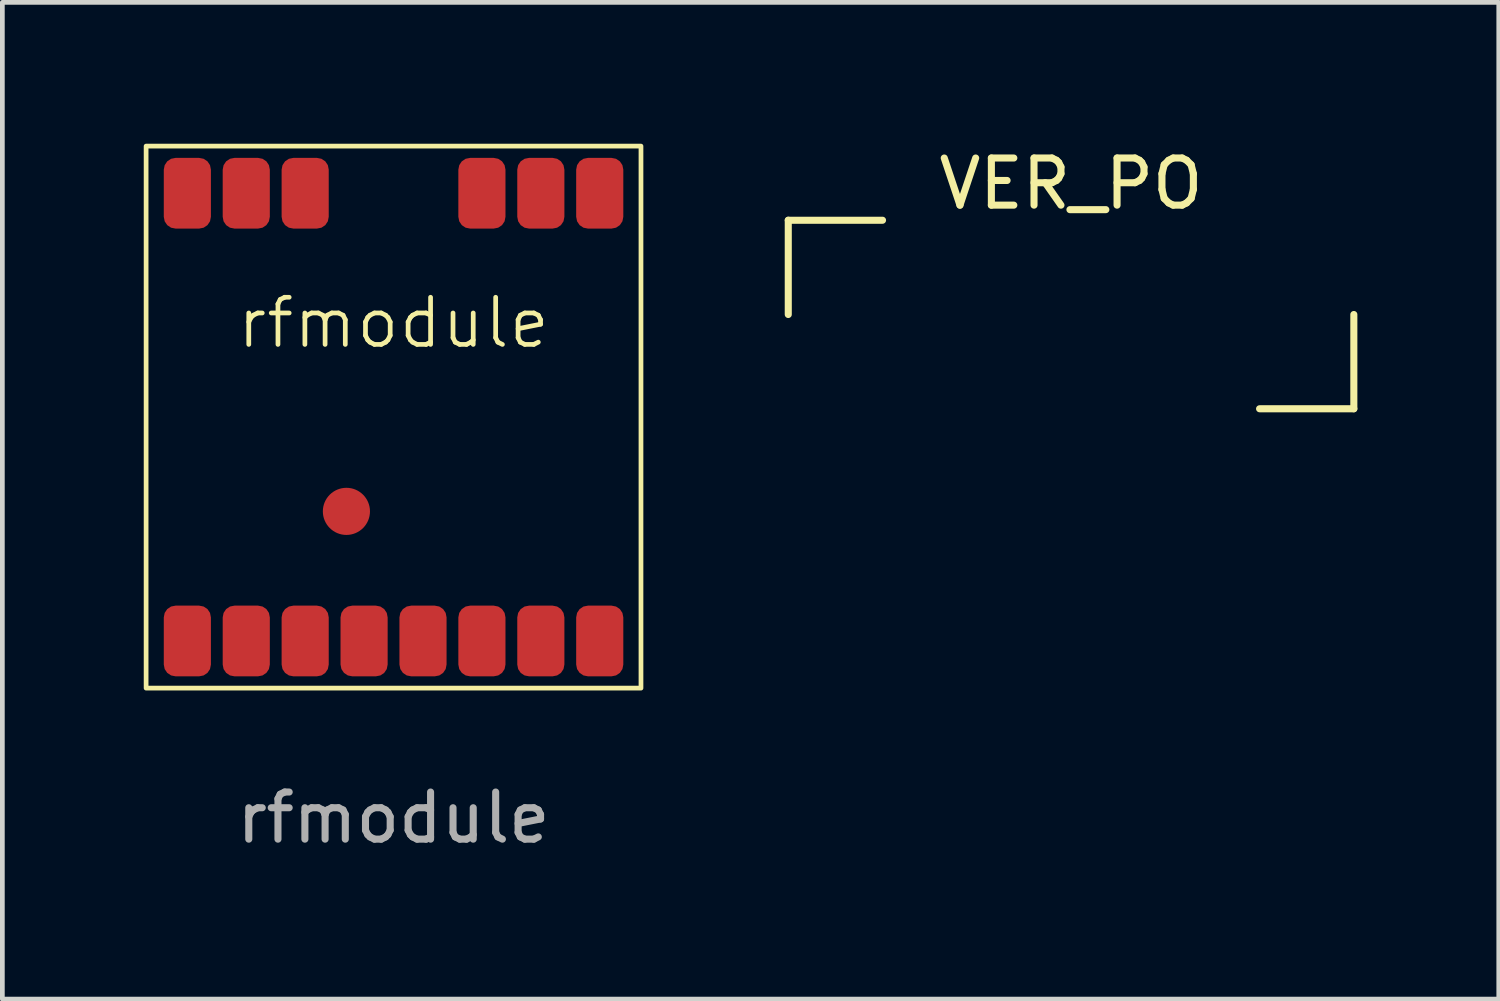
<source format=kicad_pcb>
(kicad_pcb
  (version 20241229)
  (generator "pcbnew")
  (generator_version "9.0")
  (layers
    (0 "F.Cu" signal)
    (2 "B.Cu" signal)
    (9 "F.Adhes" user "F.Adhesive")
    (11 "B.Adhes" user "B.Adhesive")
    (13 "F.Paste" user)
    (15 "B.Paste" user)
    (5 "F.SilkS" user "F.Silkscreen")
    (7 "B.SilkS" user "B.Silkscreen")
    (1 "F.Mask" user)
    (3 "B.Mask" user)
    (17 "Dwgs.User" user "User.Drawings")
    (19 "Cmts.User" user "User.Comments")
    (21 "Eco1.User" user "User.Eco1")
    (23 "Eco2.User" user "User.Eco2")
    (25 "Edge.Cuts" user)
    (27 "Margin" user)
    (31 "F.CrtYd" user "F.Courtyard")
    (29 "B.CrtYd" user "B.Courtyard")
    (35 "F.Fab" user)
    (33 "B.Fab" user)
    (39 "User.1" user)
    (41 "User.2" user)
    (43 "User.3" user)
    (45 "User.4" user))
  (footprint "rfmodule"
    (layer "F.Cu")
    (at 5.3 5.8)
    (property "Reference" "rfmodule" (at 0 -2 0) (unlocked yes) (layer "F.SilkS") (effects (font (size 1 1) (thickness 0.1))))
    (fp_rect (start -5.25 -5.75) (end 5.25 5.75) (stroke (width 0.1) (type default)) (fill no) (layer "F.SilkS"))
    (fp_text user "${REFERENCE}" (at 0 8.5 0) (unlocked yes) (layer "F.Fab") (effects (font (size 1 1) (thickness 0.15))))
    (pad "1" smd roundrect (at -4.375 4.75) (size 1 1.5) (layers "F.Cu" "F.Mask" "F.Paste") (roundrect_rratio 0.25))
    (pad "2" smd roundrect (at -3.125 4.75) (size 1 1.5) (layers "F.Cu" "F.Mask" "F.Paste") (roundrect_rratio 0.25))
    (pad "3" smd roundrect (at -1.875 4.75) (size 1 1.5) (layers "F.Cu" "F.Mask" "F.Paste") (roundrect_rratio 0.25))
    (pad "4" smd roundrect (at -0.625 4.75) (size 1 1.5) (layers "F.Cu" "F.Mask" "F.Paste") (roundrect_rratio 0.25))
    (pad "5" smd roundrect (at 0.625 4.75) (size 1 1.5) (layers "F.Cu" "F.Mask" "F.Paste") (roundrect_rratio 0.25))
    (pad "6" smd roundrect (at 1.875 4.75) (size 1 1.5) (layers "F.Cu" "F.Mask" "F.Paste") (roundrect_rratio 0.25))
    (pad "7" smd roundrect (at 3.125 4.75) (size 1 1.5) (layers "F.Cu" "F.Mask" "F.Paste") (roundrect_rratio 0.25))
    (pad "8" smd roundrect (at 4.375 4.75) (size 1 1.5) (layers "F.Cu" "F.Mask" "F.Paste") (roundrect_rratio 0.25))
    (pad "9" smd roundrect (at 4.375 -4.75) (size 1 1.5) (layers "F.Cu" "F.Mask" "F.Paste") (roundrect_rratio 0.25))
    (pad "10" smd roundrect (at 3.125 -4.75) (size 1 1.5) (layers "F.Cu" "F.Mask" "F.Paste") (roundrect_rratio 0.25))
    (pad "11" smd roundrect (at 1.875 -4.75) (size 1 1.5) (layers "F.Cu" "F.Mask" "F.Paste") (roundrect_rratio 0.25))
    (pad "12" smd roundrect (at -1.875 -4.75) (size 1 1.5) (layers "F.Cu" "F.Mask" "F.Paste") (roundrect_rratio 0.25))
    (pad "13" smd roundrect (at -3.125 -4.75) (size 1 1.5) (layers "F.Cu" "F.Mask" "F.Paste") (roundrect_rratio 0.25))
    (pad "14" smd roundrect (at -4.375 -4.75) (size 1 1.5) (layers "F.Cu" "F.Mask" "F.Paste") (roundrect_rratio 0.25))
    (pad "15" smd circle (at -1 2) (size 1 1) (layers "F.Cu")))
  (footprint "VER_PO"
    (layer "F.Cu")
    (at 19.675 3.623)
    (property "Reference" "VER_PO" (at 0 -2.775 0) (layer "F.SilkS") (effects (font (size 1 1) (thickness 0.15))))
    (fp_line (start -6 -2) (end -4 -2) (stroke (width 0.15) (type solid)) (layer "F.SilkS"))
    (fp_line (start -6 0) (end -6 -2) (stroke (width 0.15) (type solid)) (layer "F.SilkS"))
    (fp_line (start 4 2) (end 6 2) (stroke (width 0.15) (type solid)) (layer "F.SilkS"))
    (fp_line (start 6 2) (end 6 0) (stroke (width 0.15) (type solid)) (layer "F.SilkS")))
  (gr_rect
    (start -3 -3)
    (end 28.75 18.148)
    (stroke (width 0.1) (type default))
    (fill no)
    (layer "Edge.Cuts")))
</source>
